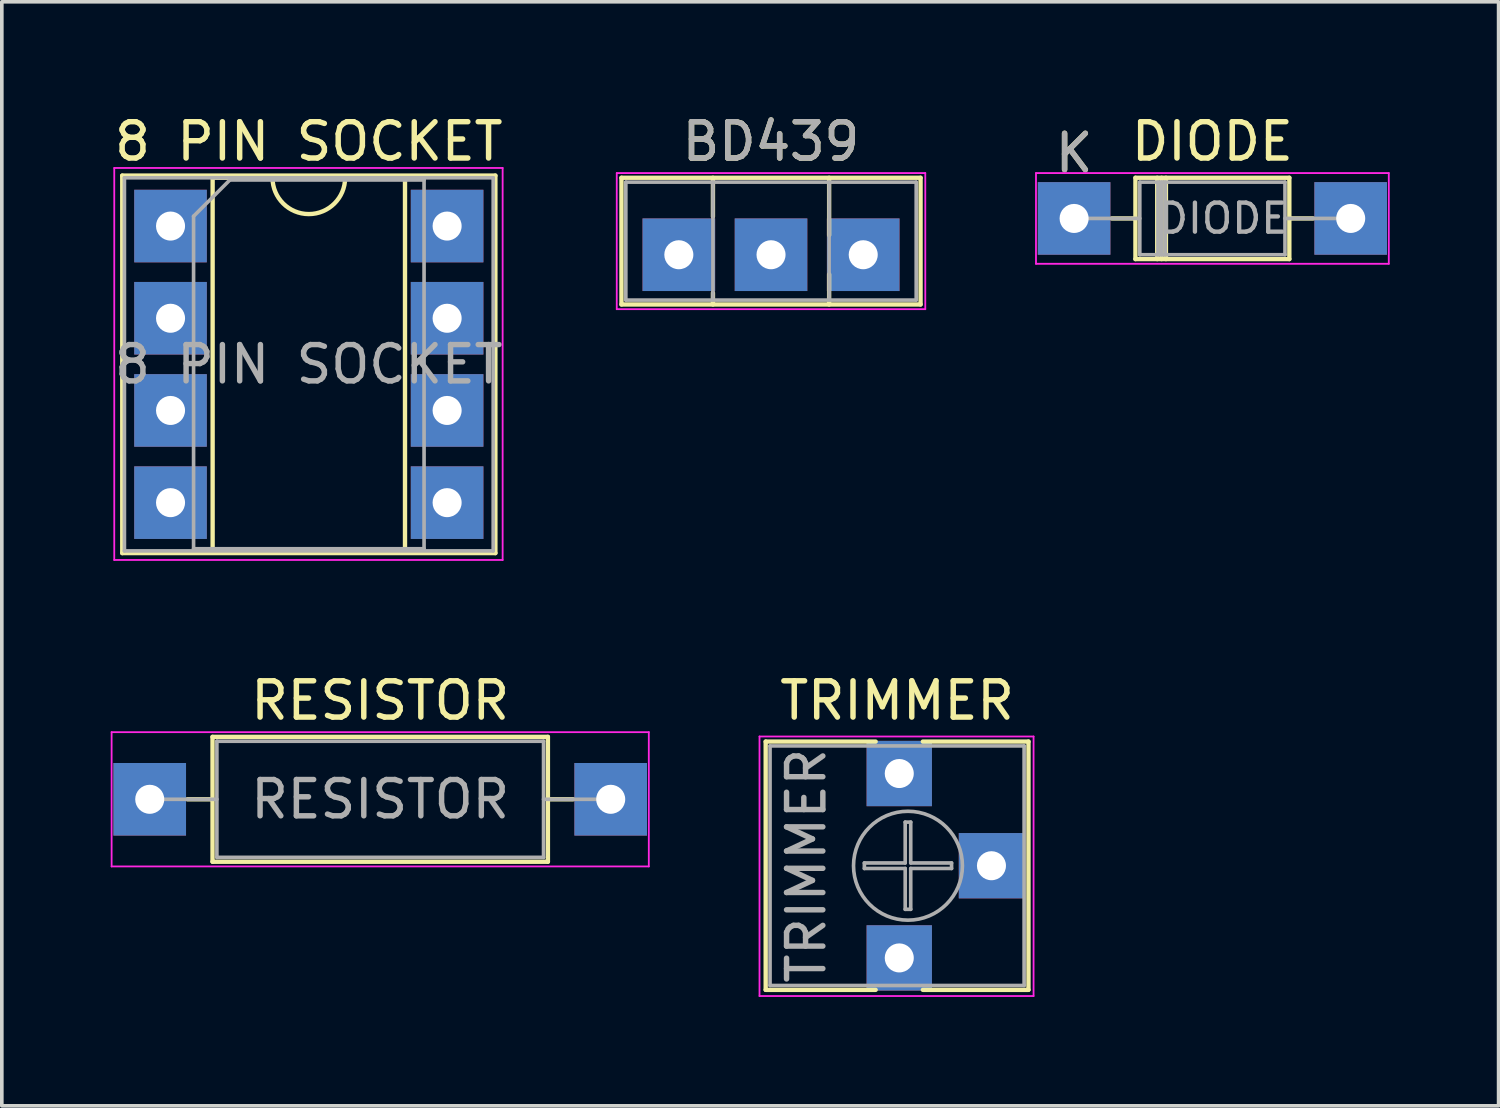
<source format=kicad_pcb>
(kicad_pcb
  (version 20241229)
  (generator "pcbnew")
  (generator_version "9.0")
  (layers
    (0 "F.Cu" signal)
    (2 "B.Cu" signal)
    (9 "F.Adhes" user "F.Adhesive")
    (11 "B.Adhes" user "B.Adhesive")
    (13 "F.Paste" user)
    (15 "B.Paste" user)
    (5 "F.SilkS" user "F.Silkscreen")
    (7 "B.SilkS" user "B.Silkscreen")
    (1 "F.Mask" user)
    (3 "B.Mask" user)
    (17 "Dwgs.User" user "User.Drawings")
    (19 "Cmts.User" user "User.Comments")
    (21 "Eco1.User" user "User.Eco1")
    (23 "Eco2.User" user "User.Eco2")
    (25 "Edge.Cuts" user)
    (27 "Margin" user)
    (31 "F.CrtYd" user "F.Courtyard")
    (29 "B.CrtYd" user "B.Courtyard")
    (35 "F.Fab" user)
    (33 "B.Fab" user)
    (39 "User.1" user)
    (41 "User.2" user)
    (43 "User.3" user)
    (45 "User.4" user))
  (footprint "TRIMMER"
    (layer "F.Cu")
    (at 21.725 23.341)
    (property "Reference" "TRIMMER" (at -0.06 -7.09 0) (layer "F.SilkS") (effects (font (size 1 1) (thickness 0.15))))
    (attr through_hole)
    (fp_line (start -3.68 -5.96) (end -3.68 0.88) (stroke (width 0.12) (type solid)) (layer "F.SilkS"))
    (fp_line (start -3.68 -5.96) (end -0.65 -5.96) (stroke (width 0.12) (type solid)) (layer "F.SilkS"))
    (fp_line (start -3.68 0.88) (end -0.65 0.88) (stroke (width 0.12) (type solid)) (layer "F.SilkS"))
    (fp_line (start 0.65 -5.96) (end 3.56 -5.96) (stroke (width 0.12) (type solid)) (layer "F.SilkS"))
    (fp_line (start 0.65 0.88) (end 3.56 0.88) (stroke (width 0.12) (type solid)) (layer "F.SilkS"))
    (fp_line (start 3.56 -5.96) (end 3.56 0.88) (stroke (width 0.12) (type solid)) (layer "F.SilkS"))
    (fp_line (start -3.85 -6.1) (end -3.85 1.05) (stroke (width 0.05) (type solid)) (layer "F.CrtYd"))
    (fp_line (start -3.85 1.05) (end 3.7 1.05) (stroke (width 0.05) (type solid)) (layer "F.CrtYd"))
    (fp_line (start 3.7 -6.1) (end -3.85 -6.1) (stroke (width 0.05) (type solid)) (layer "F.CrtYd"))
    (fp_line (start 3.7 1.05) (end 3.7 -6.1) (stroke (width 0.05) (type solid)) (layer "F.CrtYd"))
    (fp_line (start -3.56 -5.84) (end -3.56 0.76) (stroke (width 0.1) (type solid)) (layer "F.Fab"))
    (fp_line (start -3.56 0.76) (end 3.44 0.76) (stroke (width 0.1) (type solid)) (layer "F.Fab"))
    (fp_line (start -0.961 -2.616) (end 0.164 -2.616) (stroke (width 0.1) (type solid)) (layer "F.Fab"))
    (fp_line (start -0.961 -2.464) (end -0.961 -2.616) (stroke (width 0.1) (type solid)) (layer "F.Fab"))
    (fp_line (start 0.164 -3.741) (end 0.316 -3.741) (stroke (width 0.1) (type solid)) (layer "F.Fab"))
    (fp_line (start 0.164 -2.616) (end 0.164 -3.741) (stroke (width 0.1) (type solid)) (layer "F.Fab"))
    (fp_line (start 0.164 -2.464) (end -0.961 -2.464) (stroke (width 0.1) (type solid)) (layer "F.Fab"))
    (fp_line (start 0.164 -1.339) (end 0.164 -2.464) (stroke (width 0.1) (type solid)) (layer "F.Fab"))
    (fp_line (start 0.316 -3.741) (end 0.316 -2.616) (stroke (width 0.1) (type solid)) (layer "F.Fab"))
    (fp_line (start 0.316 -2.616) (end 1.441 -2.616) (stroke (width 0.1) (type solid)) (layer "F.Fab"))
    (fp_line (start 0.316 -2.464) (end 0.316 -1.339) (stroke (width 0.1) (type solid)) (layer "F.Fab"))
    (fp_line (start 0.316 -1.339) (end 0.164 -1.339) (stroke (width 0.1) (type solid)) (layer "F.Fab"))
    (fp_line (start 1.441 -2.616) (end 1.441 -2.464) (stroke (width 0.1) (type solid)) (layer "F.Fab"))
    (fp_line (start 1.441 -2.464) (end 0.316 -2.464) (stroke (width 0.1) (type solid)) (layer "F.Fab"))
    (fp_line (start 3.44 -5.84) (end -3.56 -5.84) (stroke (width 0.1) (type solid)) (layer "F.Fab"))
    (fp_line (start 3.44 0.76) (end 3.44 -5.84) (stroke (width 0.1) (type solid)) (layer "F.Fab"))
    (fp_circle (center 0.24 -2.54) (end 1.74 -2.54) (stroke (width 0.1) (type solid)) (fill no) (layer "F.Fab"))
    (fp_text user "${REFERENCE}" (at -2.56 -2.54 90) (layer "F.Fab") (effects (font (size 1 1) (thickness 0.15))))
    (pad "1" thru_hole rect (at 0 0) (size 1.8 1.8) (drill 0.8) (layers "*.Cu" "*.Mask"))
    (pad "2" thru_hole rect (at 2.54 -2.54) (size 1.8 1.8) (drill 0.8) (layers "*.Cu" "*.Mask"))
    (pad "3" thru_hole rect (at 0 -5.08) (size 1.8 1.8) (drill 0.8) (layers "*.Cu" "*.Mask")))
  (footprint "BD439"
    (layer "F.Cu")
    (at 15.652 3.968)
    (property "Reference" "BD439" (at 2.54 -3.12 0) (layer "F.SilkS") (effects (font (size 1 1) (thickness 0.15))))
    (attr through_hole)
    (fp_line (start -1.58 -2.12) (end -1.58 1.37) (stroke (width 0.12) (type solid)) (layer "F.SilkS"))
    (fp_line (start -1.58 -2.12) (end 6.66 -2.12) (stroke (width 0.12) (type solid)) (layer "F.SilkS"))
    (fp_line (start -1.58 1.37) (end 6.66 1.37) (stroke (width 0.12) (type solid)) (layer "F.SilkS"))
    (fp_line (start 0.94 -2.12) (end 0.94 -1.05) (stroke (width 0.12) (type solid)) (layer "F.SilkS"))
    (fp_line (start 0.94 1.05) (end 0.94 1.37) (stroke (width 0.12) (type solid)) (layer "F.SilkS"))
    (fp_line (start 4.141 -2.12) (end 4.141 -0.54) (stroke (width 0.12) (type solid)) (layer "F.SilkS"))
    (fp_line (start 4.141 0.54) (end 4.141 1.37) (stroke (width 0.12) (type solid)) (layer "F.SilkS"))
    (fp_line (start 6.66 -2.12) (end 6.66 1.37) (stroke (width 0.12) (type solid)) (layer "F.SilkS"))
    (fp_line (start -1.71 -2.25) (end -1.71 1.5) (stroke (width 0.05) (type solid)) (layer "F.CrtYd"))
    (fp_line (start -1.71 1.5) (end 6.79 1.5) (stroke (width 0.05) (type solid)) (layer "F.CrtYd"))
    (fp_line (start 6.79 -2.25) (end -1.71 -2.25) (stroke (width 0.05) (type solid)) (layer "F.CrtYd"))
    (fp_line (start 6.79 1.5) (end 6.79 -2.25) (stroke (width 0.05) (type solid)) (layer "F.CrtYd"))
    (fp_line (start -1.46 -2) (end -1.46 1.25) (stroke (width 0.1) (type solid)) (layer "F.Fab"))
    (fp_line (start -1.46 1.25) (end 6.54 1.25) (stroke (width 0.1) (type solid)) (layer "F.Fab"))
    (fp_line (start 0.94 -2) (end 0.94 1.25) (stroke (width 0.1) (type solid)) (layer "F.Fab"))
    (fp_line (start 4.14 -2) (end 4.14 1.25) (stroke (width 0.1) (type solid)) (layer "F.Fab"))
    (fp_line (start 6.54 -2) (end -1.46 -2) (stroke (width 0.1) (type solid)) (layer "F.Fab"))
    (fp_line (start 6.54 1.25) (end 6.54 -2) (stroke (width 0.1) (type solid)) (layer "F.Fab"))
    (fp_text user "${REFERENCE}" (at 2.54 -3.12 0) (layer "F.Fab") (effects (font (size 1 1) (thickness 0.15))))
    (pad "1" thru_hole rect (at 0 0) (size 2 2) (drill 0.8) (layers "*.Cu" "*.Mask"))
    (pad "2" thru_hole rect (at 2.54 0) (size 2 2) (drill 0.8) (layers "*.Cu" "*.Mask"))
    (pad "3" thru_hole rect (at 5.08 0) (size 2 2) (drill 0.8) (layers "*.Cu" "*.Mask")))
  (footprint "8 PIN SOCKET"
    (layer "F.Cu")
    (at 1.648 3.178)
    (property "Reference" "8 PIN SOCKET" (at 3.81 -2.33 0) (layer "F.SilkS") (effects (font (size 1 1) (thickness 0.15))))
    (attr through_hole)
    (fp_line (start -1.33 -1.39) (end -1.33 9.01) (stroke (width 0.12) (type solid)) (layer "F.SilkS"))
    (fp_line (start -1.33 9.01) (end 8.95 9.01) (stroke (width 0.12) (type solid)) (layer "F.SilkS"))
    (fp_line (start 1.16 -1.33) (end 1.16 8.95) (stroke (width 0.12) (type solid)) (layer "F.SilkS"))
    (fp_line (start 1.16 8.95) (end 6.46 8.95) (stroke (width 0.12) (type solid)) (layer "F.SilkS"))
    (fp_line (start 2.81 -1.33) (end 1.16 -1.33) (stroke (width 0.12) (type solid)) (layer "F.SilkS"))
    (fp_line (start 6.46 -1.33) (end 4.81 -1.33) (stroke (width 0.12) (type solid)) (layer "F.SilkS"))
    (fp_line (start 6.46 8.95) (end 6.46 -1.33) (stroke (width 0.12) (type solid)) (layer "F.SilkS"))
    (fp_line (start 8.95 -1.39) (end -1.33 -1.39) (stroke (width 0.12) (type solid)) (layer "F.SilkS"))
    (fp_line (start 8.95 9.01) (end 8.95 -1.39) (stroke (width 0.12) (type solid)) (layer "F.SilkS"))
    (fp_arc (start 4.81 -1.33) (mid 3.81 -0.33) (end 2.81 -1.33) (stroke (width 0.12) (type solid)) (layer "F.SilkS"))
    (fp_line (start -1.55 -1.6) (end -1.55 9.2) (stroke (width 0.05) (type solid)) (layer "F.CrtYd"))
    (fp_line (start -1.55 9.2) (end 9.15 9.2) (stroke (width 0.05) (type solid)) (layer "F.CrtYd"))
    (fp_line (start 9.15 -1.6) (end -1.55 -1.6) (stroke (width 0.05) (type solid)) (layer "F.CrtYd"))
    (fp_line (start 9.15 9.2) (end 9.15 -1.6) (stroke (width 0.05) (type solid)) (layer "F.CrtYd"))
    (fp_line (start -1.27 -1.33) (end -1.27 8.95) (stroke (width 0.1) (type solid)) (layer "F.Fab"))
    (fp_line (start -1.27 8.95) (end 8.89 8.95) (stroke (width 0.1) (type solid)) (layer "F.Fab"))
    (fp_line (start 0.635 -0.27) (end 1.635 -1.27) (stroke (width 0.1) (type solid)) (layer "F.Fab"))
    (fp_line (start 0.635 8.89) (end 0.635 -0.27) (stroke (width 0.1) (type solid)) (layer "F.Fab"))
    (fp_line (start 1.635 -1.27) (end 6.985 -1.27) (stroke (width 0.1) (type solid)) (layer "F.Fab"))
    (fp_line (start 6.985 -1.27) (end 6.985 8.89) (stroke (width 0.1) (type solid)) (layer "F.Fab"))
    (fp_line (start 6.985 8.89) (end 0.635 8.89) (stroke (width 0.1) (type solid)) (layer "F.Fab"))
    (fp_line (start 8.89 -1.33) (end -1.27 -1.33) (stroke (width 0.1) (type solid)) (layer "F.Fab"))
    (fp_line (start 8.89 8.95) (end 8.89 -1.33) (stroke (width 0.1) (type solid)) (layer "F.Fab"))
    (fp_text user "${REFERENCE}" (at 3.81 3.81 0) (layer "F.Fab") (effects (font (size 1 1) (thickness 0.15))))
    (pad "1" thru_hole rect (at 0 0) (size 2 2) (drill 0.8) (layers "*.Cu" "*.Mask"))
    (pad "2" thru_hole rect (at 0 2.54) (size 2 2) (drill 0.8) (layers "*.Cu" "*.Mask"))
    (pad "3" thru_hole rect (at 0 5.08) (size 2 2) (drill 0.8) (layers "*.Cu" "*.Mask"))
    (pad "4" thru_hole rect (at 0 7.62) (size 2 2) (drill 0.8) (layers "*.Cu" "*.Mask"))
    (pad "5" thru_hole rect (at 7.62 7.62) (size 2 2) (drill 0.8) (layers "*.Cu" "*.Mask"))
    (pad "6" thru_hole rect (at 7.62 5.08) (size 2 2) (drill 0.8) (layers "*.Cu" "*.Mask"))
    (pad "7" thru_hole rect (at 7.62 2.54) (size 2 2) (drill 0.8) (layers "*.Cu" "*.Mask"))
    (pad "8" thru_hole rect (at 7.62 0) (size 2 2) (drill 0.8) (layers "*.Cu" "*.Mask")))
  (footprint "RESISTOR"
    (layer "F.Cu")
    (at 1.075 18.971)
    (property "Reference" "RESISTOR" (at 6.35 -2.72 0) (layer "F.SilkS") (effects (font (size 1 1) (thickness 0.15))))
    (attr through_hole)
    (fp_line (start 1.04 0) (end 1.73 0) (stroke (width 0.12) (type solid)) (layer "F.SilkS"))
    (fp_line (start 1.73 -1.72) (end 1.73 1.72) (stroke (width 0.12) (type solid)) (layer "F.SilkS"))
    (fp_line (start 1.73 1.72) (end 10.97 1.72) (stroke (width 0.12) (type solid)) (layer "F.SilkS"))
    (fp_line (start 10.97 -1.72) (end 1.73 -1.72) (stroke (width 0.12) (type solid)) (layer "F.SilkS"))
    (fp_line (start 10.97 1.72) (end 10.97 -1.72) (stroke (width 0.12) (type solid)) (layer "F.SilkS"))
    (fp_line (start 11.66 0) (end 10.97 0) (stroke (width 0.12) (type solid)) (layer "F.SilkS"))
    (fp_line (start -1.05 -1.85) (end -1.05 1.85) (stroke (width 0.05) (type solid)) (layer "F.CrtYd"))
    (fp_line (start -1.05 1.85) (end 13.75 1.85) (stroke (width 0.05) (type solid)) (layer "F.CrtYd"))
    (fp_line (start 13.75 -1.85) (end -1.05 -1.85) (stroke (width 0.05) (type solid)) (layer "F.CrtYd"))
    (fp_line (start 13.75 1.85) (end 13.75 -1.85) (stroke (width 0.05) (type solid)) (layer "F.CrtYd"))
    (fp_line (start 0 0) (end 1.85 0) (stroke (width 0.1) (type solid)) (layer "F.Fab"))
    (fp_line (start 1.85 -1.6) (end 1.85 1.6) (stroke (width 0.1) (type solid)) (layer "F.Fab"))
    (fp_line (start 1.85 1.6) (end 10.85 1.6) (stroke (width 0.1) (type solid)) (layer "F.Fab"))
    (fp_line (start 10.85 -1.6) (end 1.85 -1.6) (stroke (width 0.1) (type solid)) (layer "F.Fab"))
    (fp_line (start 10.85 1.6) (end 10.85 -1.6) (stroke (width 0.1) (type solid)) (layer "F.Fab"))
    (fp_line (start 12.7 0) (end 10.85 0) (stroke (width 0.1) (type solid)) (layer "F.Fab"))
    (fp_text user "${REFERENCE}" (at 6.35 0 0) (layer "F.Fab") (effects (font (size 1 1) (thickness 0.15))))
    (pad "1" thru_hole rect (at 0 0) (size 2 2) (drill 0.8) (layers "*.Cu" "*.Mask"))
    (pad "2" thru_hole rect (at 12.7 0) (size 2 2) (drill 0.8) (layers "*.Cu" "*.Mask")))
  (footprint "DIODE"
    (layer "F.Cu")
    (at 26.542 2.968)
    (property "Reference" "DIODE" (at 3.81 -2.12 0) (layer "F.SilkS") (effects (font (size 1 1) (thickness 0.15))))
    (attr through_hole)
    (fp_line (start 1.04 0) (end 1.69 0) (stroke (width 0.12) (type solid)) (layer "F.SilkS"))
    (fp_line (start 1.69 -1.12) (end 1.69 1.12) (stroke (width 0.12) (type solid)) (layer "F.SilkS"))
    (fp_line (start 1.69 1.12) (end 5.93 1.12) (stroke (width 0.12) (type solid)) (layer "F.SilkS"))
    (fp_line (start 2.29 -1.12) (end 2.29 1.12) (stroke (width 0.12) (type solid)) (layer "F.SilkS"))
    (fp_line (start 2.41 -1.12) (end 2.41 1.12) (stroke (width 0.12) (type solid)) (layer "F.SilkS"))
    (fp_line (start 2.53 -1.12) (end 2.53 1.12) (stroke (width 0.12) (type solid)) (layer "F.SilkS"))
    (fp_line (start 5.93 -1.12) (end 1.69 -1.12) (stroke (width 0.12) (type solid)) (layer "F.SilkS"))
    (fp_line (start 5.93 1.12) (end 5.93 -1.12) (stroke (width 0.12) (type solid)) (layer "F.SilkS"))
    (fp_line (start 6.58 0) (end 5.93 0) (stroke (width 0.12) (type solid)) (layer "F.SilkS"))
    (fp_line (start -1.05 -1.25) (end -1.05 1.25) (stroke (width 0.05) (type solid)) (layer "F.CrtYd"))
    (fp_line (start -1.05 1.25) (end 8.67 1.25) (stroke (width 0.05) (type solid)) (layer "F.CrtYd"))
    (fp_line (start 8.67 -1.25) (end -1.05 -1.25) (stroke (width 0.05) (type solid)) (layer "F.CrtYd"))
    (fp_line (start 8.67 1.25) (end 8.67 -1.25) (stroke (width 0.05) (type solid)) (layer "F.CrtYd"))
    (fp_line (start 0 0) (end 1.81 0) (stroke (width 0.1) (type solid)) (layer "F.Fab"))
    (fp_line (start 1.81 -1) (end 1.81 1) (stroke (width 0.1) (type solid)) (layer "F.Fab"))
    (fp_line (start 1.81 1) (end 5.81 1) (stroke (width 0.1) (type solid)) (layer "F.Fab"))
    (fp_line (start 2.31 -1) (end 2.31 1) (stroke (width 0.1) (type solid)) (layer "F.Fab"))
    (fp_line (start 2.41 -1) (end 2.41 1) (stroke (width 0.1) (type solid)) (layer "F.Fab"))
    (fp_line (start 2.51 -1) (end 2.51 1) (stroke (width 0.1) (type solid)) (layer "F.Fab"))
    (fp_line (start 5.81 -1) (end 1.81 -1) (stroke (width 0.1) (type solid)) (layer "F.Fab"))
    (fp_line (start 5.81 1) (end 5.81 -1) (stroke (width 0.1) (type solid)) (layer "F.Fab"))
    (fp_line (start 7.62 0) (end 5.81 0) (stroke (width 0.1) (type solid)) (layer "F.Fab"))
    (fp_text user "K" (at 0 -1.8 0) (layer "F.SilkS") (effects (font (size 1 1) (thickness 0.15))))
    (fp_text user "K" (at 0 -1.8 0) (layer "F.Fab") (effects (font (size 1 1) (thickness 0.15))))
    (fp_text user "${REFERENCE}" (at 4.11 0 0) (layer "F.Fab") (effects (font (size 0.8 0.8) (thickness 0.12))))
    (pad "1" thru_hole rect (at 0 0) (size 2 2) (drill 0.8) (layers "*.Cu" "*.Mask"))
    (pad "2" thru_hole rect (at 7.62 0) (size 2 2) (drill 0.8) (layers "*.Cu" "*.Mask")))
  (gr_rect
    (start -3 -3)
    (end 38.237 27.416)
    (stroke (width 0.1) (type default))
    (fill no)
    (layer "Edge.Cuts")))
</source>
